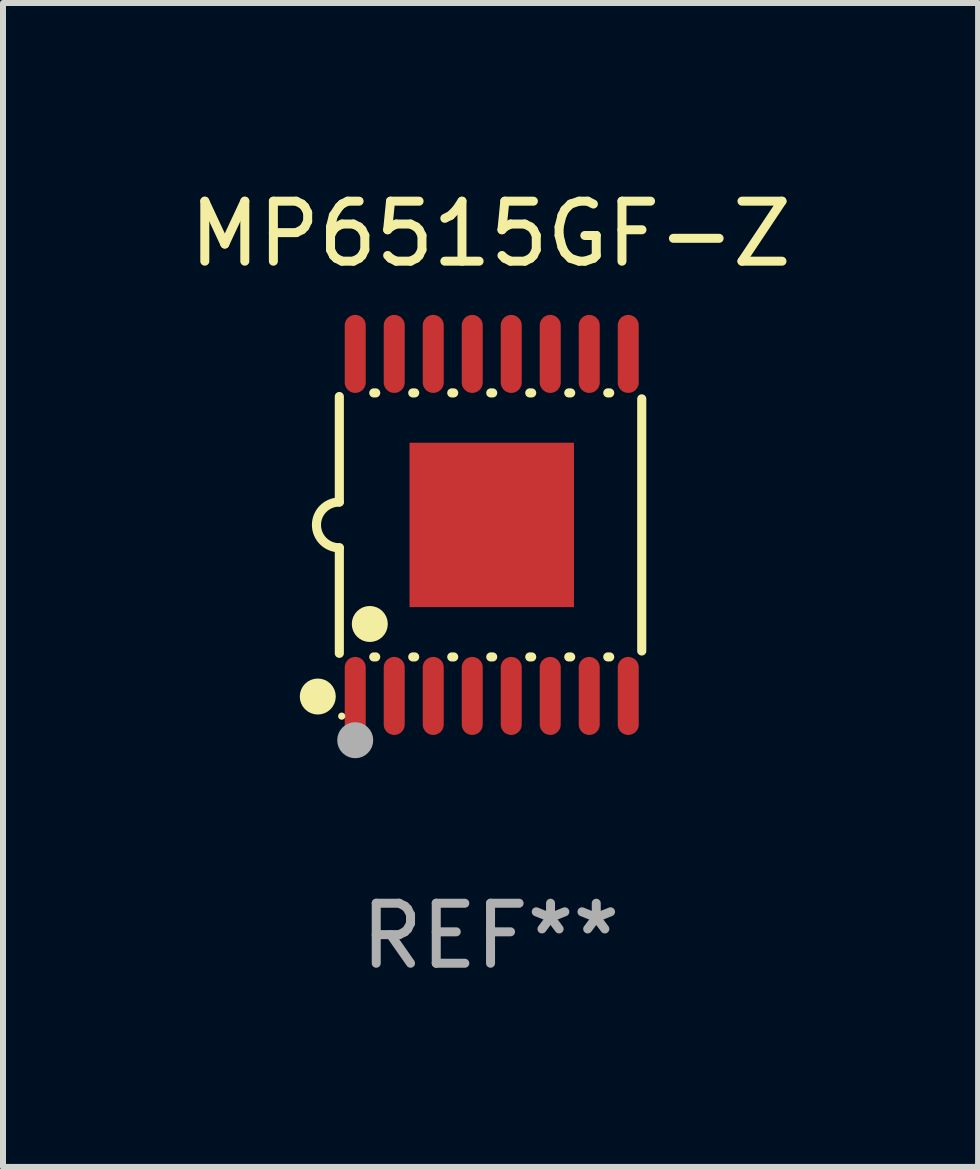
<source format=kicad_pcb>
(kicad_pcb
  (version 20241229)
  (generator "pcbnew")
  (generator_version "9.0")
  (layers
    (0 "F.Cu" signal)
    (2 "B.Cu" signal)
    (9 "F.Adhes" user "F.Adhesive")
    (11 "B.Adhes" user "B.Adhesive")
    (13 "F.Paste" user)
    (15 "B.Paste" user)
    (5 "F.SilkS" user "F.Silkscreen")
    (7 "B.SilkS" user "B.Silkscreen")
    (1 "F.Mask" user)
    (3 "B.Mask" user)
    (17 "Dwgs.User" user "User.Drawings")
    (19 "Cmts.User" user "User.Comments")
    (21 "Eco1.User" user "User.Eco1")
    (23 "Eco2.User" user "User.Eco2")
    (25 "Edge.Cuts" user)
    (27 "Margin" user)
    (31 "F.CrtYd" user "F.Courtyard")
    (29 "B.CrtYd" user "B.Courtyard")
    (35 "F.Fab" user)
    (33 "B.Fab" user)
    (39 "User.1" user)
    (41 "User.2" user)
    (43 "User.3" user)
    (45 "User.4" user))
  (footprint "MP6515GF-Z"
    (layer "F.Cu")
    (at 5.125 5.698)
    (property "Reference" "MP6515GF-Z" (at 0 -4.85 0) (layer "F.SilkS") (effects (font (size 1 1) (thickness 0.15))))
    (attr through_hole)
    (fp_line (start -2.52 -2.14) (end -2.52 -0.381) (stroke (width 0.152) (type solid)) (layer "F.SilkS"))
    (fp_line (start -2.52 2.14) (end -2.52 0.381) (stroke (width 0.152) (type solid)) (layer "F.SilkS"))
    (fp_line (start -1.946 -2.2) (end -1.914 -2.2) (stroke (width 0.152) (type solid)) (layer "F.SilkS"))
    (fp_line (start -1.946 2.2) (end -1.914 2.2) (stroke (width 0.152) (type solid)) (layer "F.SilkS"))
    (fp_line (start -1.296 -2.2) (end -1.264 -2.2) (stroke (width 0.152) (type solid)) (layer "F.SilkS"))
    (fp_line (start -1.296 2.2) (end -1.264 2.2) (stroke (width 0.152) (type solid)) (layer "F.SilkS"))
    (fp_line (start -0.646 -2.2) (end -0.614 -2.2) (stroke (width 0.152) (type solid)) (layer "F.SilkS"))
    (fp_line (start -0.646 2.2) (end -0.614 2.2) (stroke (width 0.152) (type solid)) (layer "F.SilkS"))
    (fp_line (start 0.004 -2.2) (end 0.036 -2.2) (stroke (width 0.152) (type solid)) (layer "F.SilkS"))
    (fp_line (start 0.004 2.2) (end 0.036 2.2) (stroke (width 0.152) (type solid)) (layer "F.SilkS"))
    (fp_line (start 0.654 -2.2) (end 0.686 -2.2) (stroke (width 0.152) (type solid)) (layer "F.SilkS"))
    (fp_line (start 0.654 2.2) (end 0.686 2.2) (stroke (width 0.152) (type solid)) (layer "F.SilkS"))
    (fp_line (start 1.304 -2.2) (end 1.336 -2.2) (stroke (width 0.152) (type solid)) (layer "F.SilkS"))
    (fp_line (start 1.304 2.2) (end 1.336 2.2) (stroke (width 0.152) (type solid)) (layer "F.SilkS"))
    (fp_line (start 1.954 -2.2) (end 1.986 -2.2) (stroke (width 0.152) (type solid)) (layer "F.SilkS"))
    (fp_line (start 1.954 2.2) (end 1.986 2.2) (stroke (width 0.152) (type solid)) (layer "F.SilkS"))
    (fp_line (start 2.52 -2.101) (end 2.52 2.101) (stroke (width 0.152) (type solid)) (layer "F.SilkS"))
    (fp_arc (start -2.520003 0.381001) (mid -2.901004 0) (end -2.520003 -0.381001) (stroke (width 0.151994) (type solid)) (layer "F.SilkS"))
    (fp_circle (center -2.879 2.86) (end -2.729 2.86) (stroke (width 0.3) (type solid)) (fill no) (layer "F.SilkS"))
    (fp_circle (center -2.48 3.187) (end -2.45 3.187) (stroke (width 0.06) (type solid)) (fill no) (layer "F.SilkS"))
    (fp_circle (center -2.012 1.651) (end -1.862 1.651) (stroke (width 0.3) (type solid)) (fill no) (layer "F.SilkS"))
    (fp_circle (center -2.255 3.588) (end -2.105 3.588) (stroke (width 0.3) (type solid)) (fill no) (layer "F.Fab"))
    (fp_text user "REF**" (at 0 6.85 0) (layer "F.Fab") (effects (font (size 1 1) (thickness 0.15))))
    (pad "1" smd oval (at -2.255 2.85) (size 0.35 1.3) (layers "F.Cu" "F.Mask" "F.Paste"))
    (pad "2" smd oval (at -1.605 2.85) (size 0.35 1.3) (layers "F.Cu" "F.Mask" "F.Paste"))
    (pad "3" smd oval (at -0.955 2.85) (size 0.35 1.3) (layers "F.Cu" "F.Mask" "F.Paste"))
    (pad "4" smd oval (at -0.305 2.85) (size 0.35 1.3) (layers "F.Cu" "F.Mask" "F.Paste"))
    (pad "5" smd oval (at 0.345 2.85) (size 0.35 1.3) (layers "F.Cu" "F.Mask" "F.Paste"))
    (pad "6" smd oval (at 0.995 2.85) (size 0.35 1.3) (layers "F.Cu" "F.Mask" "F.Paste"))
    (pad "7" smd oval (at 1.645 2.85) (size 0.35 1.3) (layers "F.Cu" "F.Mask" "F.Paste"))
    (pad "8" smd oval (at 2.295 2.85) (size 0.35 1.3) (layers "F.Cu" "F.Mask" "F.Paste"))
    (pad "9" smd oval (at 2.295 -2.85) (size 0.35 1.3) (layers "F.Cu" "F.Mask" "F.Paste"))
    (pad "10" smd oval (at 1.645 -2.85) (size 0.35 1.3) (layers "F.Cu" "F.Mask" "F.Paste"))
    (pad "11" smd oval (at 0.995 -2.85) (size 0.35 1.3) (layers "F.Cu" "F.Mask" "F.Paste"))
    (pad "12" smd oval (at 0.345 -2.85) (size 0.35 1.3) (layers "F.Cu" "F.Mask" "F.Paste"))
    (pad "13" smd oval (at -0.305 -2.85) (size 0.35 1.3) (layers "F.Cu" "F.Mask" "F.Paste"))
    (pad "14" smd oval (at -0.955 -2.85) (size 0.35 1.3) (layers "F.Cu" "F.Mask" "F.Paste"))
    (pad "15" smd oval (at -1.605 -2.85) (size 0.35 1.3) (layers "F.Cu" "F.Mask" "F.Paste"))
    (pad "16" smd oval (at -2.255 -2.85) (size 0.35 1.3) (layers "F.Cu" "F.Mask" "F.Paste"))
    (pad "17" smd rect (at 0.02 0) (size 2.74 2.74) (layers "F.Cu" "F.Mask" "F.Paste")))
  (gr_rect
    (start -3 -3)
    (end 13.25 16.397)
    (stroke (width 0.1) (type default))
    (fill no)
    (layer "Edge.Cuts")))
</source>
